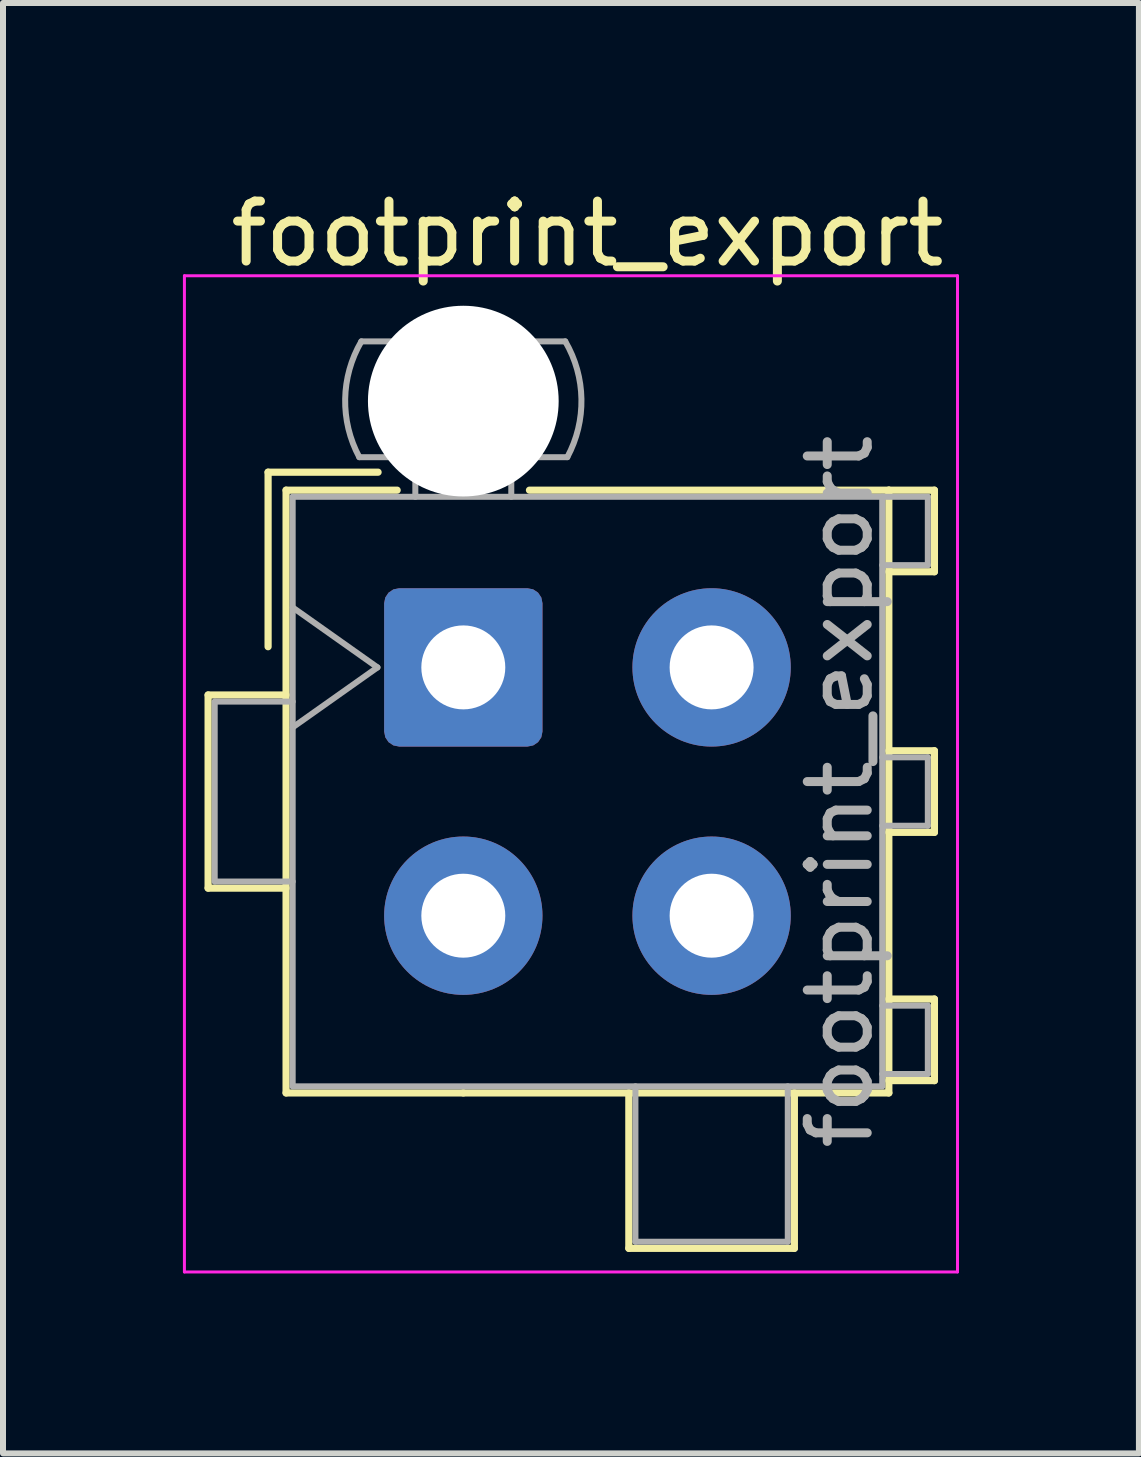
<source format=kicad_pcb>
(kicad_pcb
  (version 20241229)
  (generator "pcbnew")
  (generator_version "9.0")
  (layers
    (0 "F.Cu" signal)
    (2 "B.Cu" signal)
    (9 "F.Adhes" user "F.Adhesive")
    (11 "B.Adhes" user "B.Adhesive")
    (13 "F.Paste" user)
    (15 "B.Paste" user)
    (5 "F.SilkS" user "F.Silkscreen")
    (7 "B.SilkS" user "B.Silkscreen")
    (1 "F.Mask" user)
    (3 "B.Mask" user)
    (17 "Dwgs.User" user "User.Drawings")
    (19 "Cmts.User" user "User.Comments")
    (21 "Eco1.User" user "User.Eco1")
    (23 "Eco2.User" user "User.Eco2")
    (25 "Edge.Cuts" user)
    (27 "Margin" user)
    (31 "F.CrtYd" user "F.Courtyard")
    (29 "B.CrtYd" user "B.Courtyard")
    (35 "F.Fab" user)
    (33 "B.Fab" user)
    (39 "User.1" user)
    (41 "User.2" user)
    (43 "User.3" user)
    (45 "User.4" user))
  (footprint "footprint_export"
    (layer "F.Cu")
    (at 4.675 8.078)
    (property "Reference" "footprint_export" (at 2.07 -7.23 0) (layer "F.SilkS") (effects (font (size 1 1) (thickness 0.15))))
    (attr through_hole)
    (fp_line (start -4.255 0.46) (end -4.255 3.68) (stroke (width 0.12) (type solid)) (layer "F.SilkS"))
    (fp_line (start -4.255 3.68) (end -2.955 3.68) (stroke (width 0.12) (type solid)) (layer "F.SilkS"))
    (fp_line (start -3.255 -3.255) (end -3.255 -0.345) (stroke (width 0.12) (type solid)) (layer "F.SilkS"))
    (fp_line (start -2.955 -2.955) (end -2.955 7.095) (stroke (width 0.12) (type solid)) (layer "F.SilkS"))
    (fp_line (start -2.955 0.46) (end -4.255 0.46) (stroke (width 0.12) (type solid)) (layer "F.SilkS"))
    (fp_line (start -2.955 7.095) (end 0 7.095) (stroke (width 0.12) (type solid)) (layer "F.SilkS"))
    (fp_line (start -1.421 -3.255) (end -3.255 -3.255) (stroke (width 0.12) (type solid)) (layer "F.SilkS"))
    (fp_line (start -1.103 -2.955) (end -2.955 -2.955) (stroke (width 0.12) (type solid)) (layer "F.SilkS"))
    (fp_line (start 1.103 -2.955) (end 7.095 -2.955) (stroke (width 0.12) (type solid)) (layer "F.SilkS"))
    (fp_line (start 2.76 7.095) (end 2.76 9.686) (stroke (width 0.12) (type solid)) (layer "F.SilkS"))
    (fp_line (start 2.76 9.686) (end 5.52 9.686) (stroke (width 0.12) (type solid)) (layer "F.SilkS"))
    (fp_line (start 5.52 9.686) (end 5.52 7.095) (stroke (width 0.12) (type solid)) (layer "F.SilkS"))
    (fp_line (start 7.095 -2.955) (end 7.095 7.095) (stroke (width 0.12) (type solid)) (layer "F.SilkS"))
    (fp_line (start 7.095 -2.955) (end 7.855 -2.955) (stroke (width 0.12) (type solid)) (layer "F.SilkS"))
    (fp_line (start 7.095 1.39) (end 7.855 1.39) (stroke (width 0.12) (type solid)) (layer "F.SilkS"))
    (fp_line (start 7.095 5.53) (end 7.855 5.53) (stroke (width 0.12) (type solid)) (layer "F.SilkS"))
    (fp_line (start 7.095 7.095) (end 0 7.095) (stroke (width 0.12) (type solid)) (layer "F.SilkS"))
    (fp_line (start 7.855 -2.955) (end 7.855 -1.595) (stroke (width 0.12) (type solid)) (layer "F.SilkS"))
    (fp_line (start 7.855 -1.595) (end 7.095 -1.595) (stroke (width 0.12) (type solid)) (layer "F.SilkS"))
    (fp_line (start 7.855 1.39) (end 7.855 2.75) (stroke (width 0.12) (type solid)) (layer "F.SilkS"))
    (fp_line (start 7.855 2.75) (end 7.095 2.75) (stroke (width 0.12) (type solid)) (layer "F.SilkS"))
    (fp_line (start 7.855 5.53) (end 7.855 6.89) (stroke (width 0.12) (type solid)) (layer "F.SilkS"))
    (fp_line (start 7.855 6.89) (end 7.095 6.89) (stroke (width 0.12) (type solid)) (layer "F.SilkS"))
    (fp_line (start -4.65 -6.53) (end -4.65 10.08) (stroke (width 0.05) (type solid)) (layer "F.CrtYd"))
    (fp_line (start -4.65 10.08) (end 8.24 10.08) (stroke (width 0.05) (type solid)) (layer "F.CrtYd"))
    (fp_line (start 8.24 -6.53) (end -4.65 -6.53) (stroke (width 0.05) (type solid)) (layer "F.CrtYd"))
    (fp_line (start 8.24 10.08) (end 8.24 -6.53) (stroke (width 0.05) (type solid)) (layer "F.CrtYd"))
    (fp_line (start -4.145 0.57) (end -4.145 3.57) (stroke (width 0.1) (type solid)) (layer "F.Fab"))
    (fp_line (start -4.145 3.57) (end -2.845 3.57) (stroke (width 0.1) (type solid)) (layer "F.Fab"))
    (fp_line (start -2.845 -2.845) (end -2.845 6.985) (stroke (width 0.1) (type solid)) (layer "F.Fab"))
    (fp_line (start -2.845 -1) (end -1.431 0) (stroke (width 0.1) (type solid)) (layer "F.Fab"))
    (fp_line (start -2.845 0.57) (end -4.145 0.57) (stroke (width 0.1) (type solid)) (layer "F.Fab"))
    (fp_line (start -2.845 6.985) (end 6.985 6.985) (stroke (width 0.1) (type solid)) (layer "F.Fab"))
    (fp_line (start -1.431 0) (end -2.845 1) (stroke (width 0.1) (type solid)) (layer "F.Fab"))
    (fp_line (start -0.8 -2.845) (end -0.8 -3.505) (stroke (width 0.1) (type solid)) (layer "F.Fab"))
    (fp_line (start 0.8 -2.845) (end 0.8 -3.505) (stroke (width 0.1) (type solid)) (layer "F.Fab"))
    (fp_line (start 1.7 -5.436) (end -1.7 -5.436) (stroke (width 0.1) (type solid)) (layer "F.Fab"))
    (fp_line (start 1.734 -3.505) (end -1.734 -3.505) (stroke (width 0.1) (type solid)) (layer "F.Fab"))
    (fp_line (start 2.87 6.985) (end 2.87 9.576) (stroke (width 0.1) (type solid)) (layer "F.Fab"))
    (fp_line (start 2.87 9.576) (end 5.41 9.576) (stroke (width 0.1) (type solid)) (layer "F.Fab"))
    (fp_line (start 5.41 9.576) (end 5.41 6.985) (stroke (width 0.1) (type solid)) (layer "F.Fab"))
    (fp_line (start 6.985 -2.845) (end -2.845 -2.845) (stroke (width 0.1) (type solid)) (layer "F.Fab"))
    (fp_line (start 6.985 -2.845) (end 7.745 -2.845) (stroke (width 0.1) (type solid)) (layer "F.Fab"))
    (fp_line (start 6.985 1.5) (end 7.745 1.5) (stroke (width 0.1) (type solid)) (layer "F.Fab"))
    (fp_line (start 6.985 5.64) (end 7.745 5.64) (stroke (width 0.1) (type solid)) (layer "F.Fab"))
    (fp_line (start 6.985 6.985) (end 6.985 -2.845) (stroke (width 0.1) (type solid)) (layer "F.Fab"))
    (fp_line (start 7.745 -2.845) (end 7.745 -1.705) (stroke (width 0.1) (type solid)) (layer "F.Fab"))
    (fp_line (start 7.745 -1.705) (end 6.985 -1.705) (stroke (width 0.1) (type solid)) (layer "F.Fab"))
    (fp_line (start 7.745 1.5) (end 7.745 2.64) (stroke (width 0.1) (type solid)) (layer "F.Fab"))
    (fp_line (start 7.745 2.64) (end 6.985 2.64) (stroke (width 0.1) (type solid)) (layer "F.Fab"))
    (fp_line (start 7.745 5.64) (end 7.745 6.78) (stroke (width 0.1) (type solid)) (layer "F.Fab"))
    (fp_line (start 7.745 6.78) (end 6.985 6.78) (stroke (width 0.1) (type solid)) (layer "F.Fab"))
    (fp_arc (start -1.733977 -3.505) (mid -1.96969 -4.474992) (end -1.699672 -5.436) (stroke (width 0.1) (type solid)) (layer "F.Fab"))
    (fp_arc (start 1.699672 -5.436) (mid 1.969689 -4.474992) (end 1.733977 -3.505) (stroke (width 0.1) (type solid)) (layer "F.Fab"))
    (fp_text user "${REFERENCE}" (at 6.28 2.07 90) (layer "F.Fab") (effects (font (size 1 1) (thickness 0.15))))
    (pad "" np_thru_hole circle (at 0 -4.44) (size 3.18 3.18) (drill 3.18) (layers "*.Cu" "*.Mask"))
    (pad "1" thru_hole roundrect (at 0 0) (size 2.64 2.64) (drill 1.4) (layers "*.Cu" "*.Mask") (roundrect_rratio 0.095))
    (pad "2" thru_hole circle (at 0 4.14) (size 2.64 2.64) (drill 1.4) (layers "*.Cu" "*.Mask"))
    (pad "3" thru_hole circle (at 4.14 0) (size 2.64 2.64) (drill 1.4) (layers "*.Cu" "*.Mask"))
    (pad "4" thru_hole circle (at 4.14 4.14) (size 2.64 2.64) (drill 1.4) (layers "*.Cu" "*.Mask")))
  (gr_rect
    (start -3 -3)
    (end 15.94 21.183)
    (stroke (width 0.1) (type default))
    (fill no)
    (layer "Edge.Cuts")))
</source>
